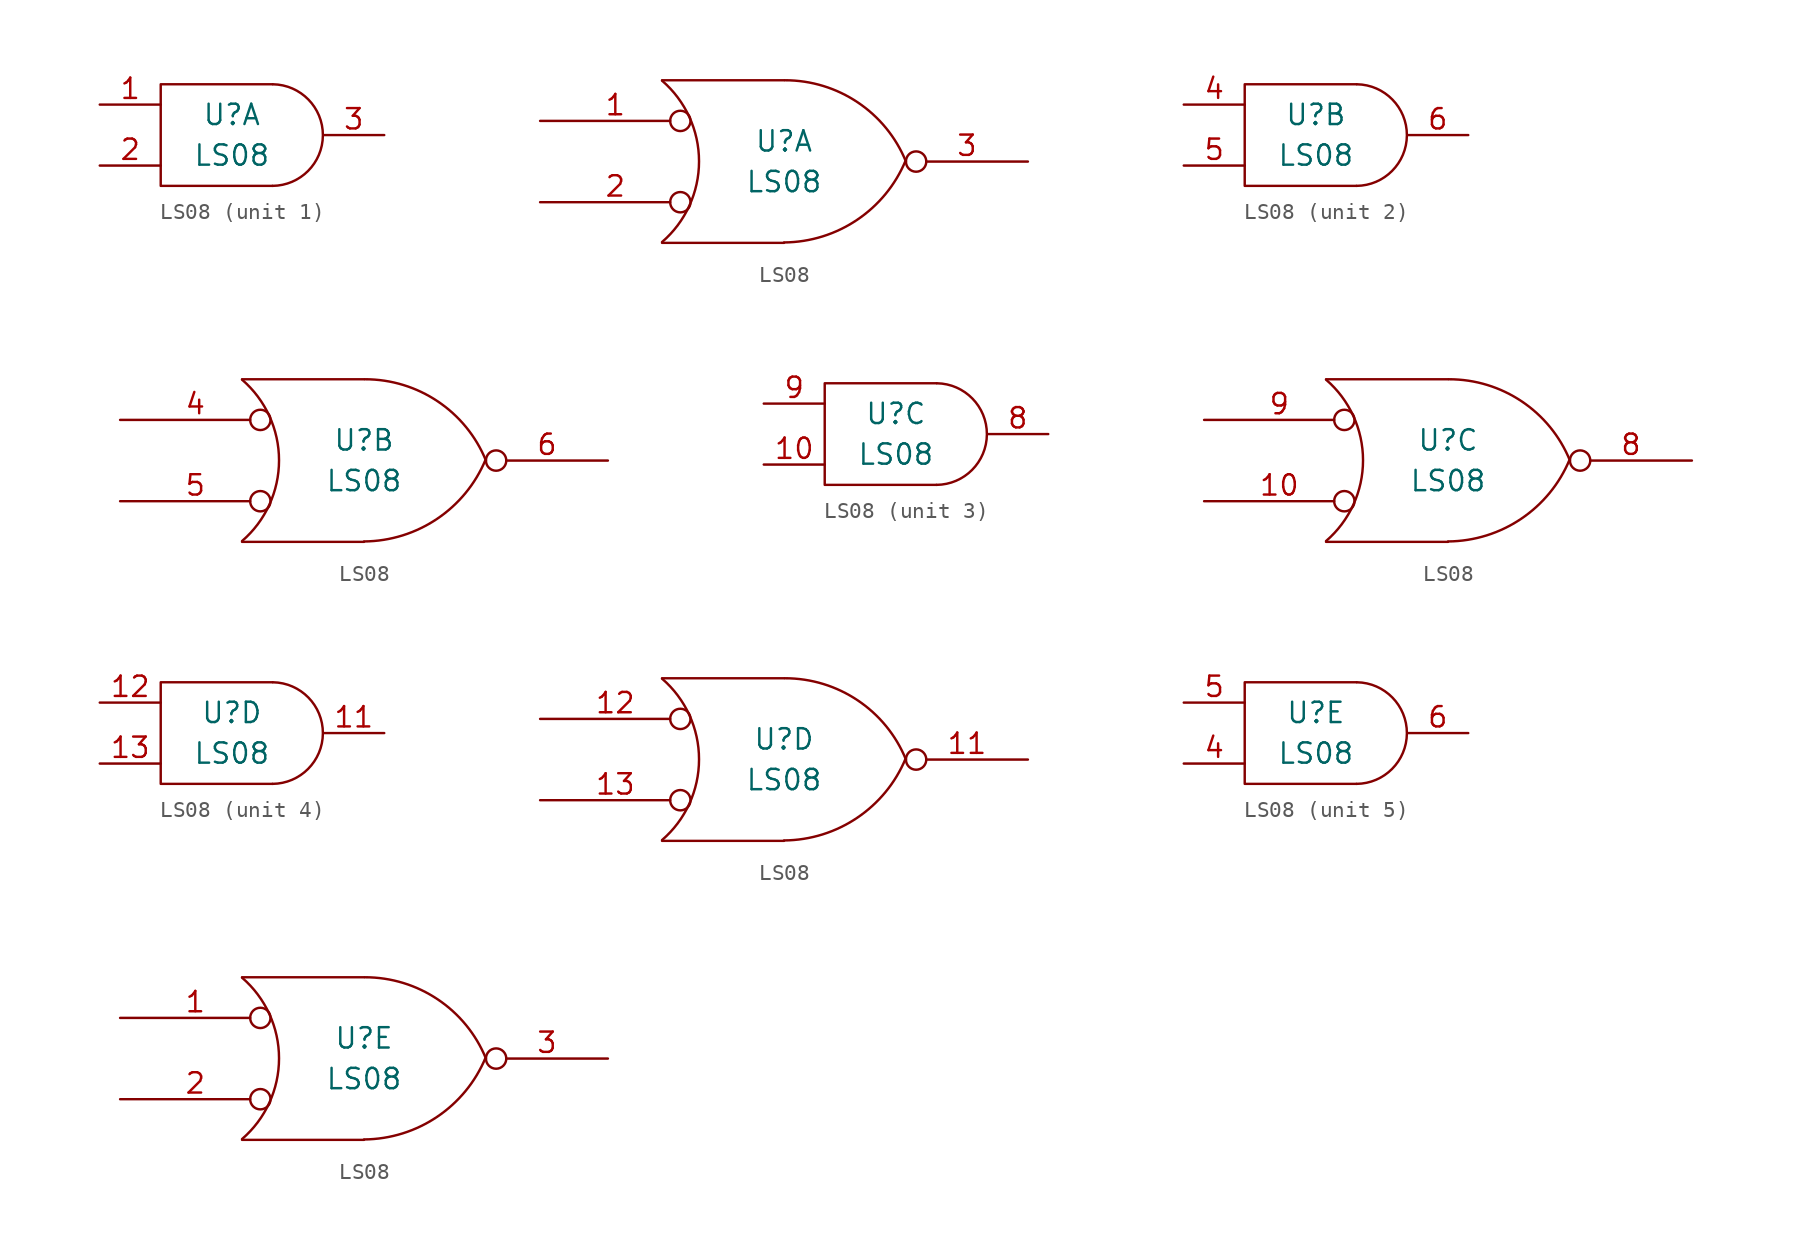
<source format=kicad_sym>
(kicad_symbol_lib
  (version 20211014)
  (generator kicad_symbol_editor)
  (symbol "LS08"
    (pin_names
      (offset 0.762))
    (property "Reference" "U"
      (at 0 1.27 0)
      (effects (font (size 1.27 1.27))))
    (property "Value" "LS08"
      (at 0 -1.27 0)
      (effects (font (size 1.27 1.27))))
    (symbol "LS08_0_1"
      (polyline (pts (xy 2.54 3.175) (xy -4.445 3.175) (xy -4.445 -3.175) (xy 2.54 -3.175)) (stroke (width 0) (type default) (color 0 0 0 0)) (fill (type none)))
      (arc (start 2.54 -3.175) (mid 5.69 -0.0125) (end 2.5654 3.175) (stroke (width 0) (type default) (color 0 0 0 0)) (fill (type none))))
    (symbol "LS08_0_2"
      (arc (start -7.62 -5.0292) (mid -5.3094 0.0127) (end -7.62 5.0546) (stroke (width 0) (type default) (color 0 0 0 0)) (fill (type none)))
      (arc (start 0 -5.0546) (mid 4.5649 -3.6437) (end 7.5946 0.0508) (stroke (width 0) (type default) (color 0 0 0 0)) (fill (type none)))
      (polyline (pts (xy -7.62 -5.08) (xy 0 -5.08)) (stroke (width 0) (type default) (color 0 0 0 0)) (fill (type none)))
      (polyline (pts (xy -7.62 5.08) (xy 0 5.08)) (stroke (width 0) (type default) (color 0 0 0 0)) (fill (type none)))
      (arc (start 7.62 0) (mid 4.6112 3.6959) (end 0.0508 5.08) (stroke (width 0) (type default) (color 0 0 0 0)) (fill (type none))))
    (symbol "LS08_1_1"
      (pin input line (at -8.255 1.905 0) (length 3.81) (name "~" (effects (font (size 1.27 1.27)))) (number "1" (effects (font (size 1.27 1.27)))))
      (pin input line (at -8.255 -1.905 0) (length 3.81) (name "~" (effects (font (size 1.27 1.27)))) (number "2" (effects (font (size 1.27 1.27)))))
      (pin output line (at 9.525 0 180) (length 3.81) (name "~" (effects (font (size 1.27 1.27)))) (number "3" (effects (font (size 1.27 1.27))))))
    (symbol "LS08_1_2"
      (pin input inverted (at -15.24 2.54 0) (length 9.398) (name "~" (effects (font (size 1.27 1.27)))) (number "1" (effects (font (size 1.27 1.27)))))
      (pin input inverted (at -15.24 -2.54 0) (length 9.398) (name "~" (effects (font (size 1.27 1.27)))) (number "2" (effects (font (size 1.27 1.27)))))
      (pin output inverted (at 15.24 0 180) (length 7.62) (name "~" (effects (font (size 1.27 1.27)))) (number "3" (effects (font (size 1.27 1.27))))))
    (symbol "LS08_2_1"
      (pin input line (at -8.255 1.905 0) (length 3.81) (name "~" (effects (font (size 1.27 1.27)))) (number "4" (effects (font (size 1.27 1.27)))))
      (pin input line (at -8.255 -1.905 0) (length 3.81) (name "~" (effects (font (size 1.27 1.27)))) (number "5" (effects (font (size 1.27 1.27)))))
      (pin output line (at 9.525 0 180) (length 3.81) (name "~" (effects (font (size 1.27 1.27)))) (number "6" (effects (font (size 1.27 1.27))))))
    (symbol "LS08_2_2"
      (pin input inverted (at -15.24 2.54 0) (length 9.398) (name "~" (effects (font (size 1.27 1.27)))) (number "4" (effects (font (size 1.27 1.27)))))
      (pin input inverted (at -15.24 -2.54 0) (length 9.398) (name "~" (effects (font (size 1.27 1.27)))) (number "5" (effects (font (size 1.27 1.27)))))
      (pin output inverted (at 15.24 0 180) (length 7.62) (name "~" (effects (font (size 1.27 1.27)))) (number "6" (effects (font (size 1.27 1.27))))))
    (symbol "LS08_3_1"
      (pin input line (at -8.255 -1.905 0) (length 3.81) (name "~" (effects (font (size 1.27 1.27)))) (number "10" (effects (font (size 1.27 1.27)))))
      (pin output line (at 9.525 0 180) (length 3.81) (name "~" (effects (font (size 1.27 1.27)))) (number "8" (effects (font (size 1.27 1.27)))))
      (pin input line (at -8.255 1.905 0) (length 3.81) (name "~" (effects (font (size 1.27 1.27)))) (number "9" (effects (font (size 1.27 1.27))))))
    (symbol "LS08_3_2"
      (pin input inverted (at -15.24 -2.54 0) (length 9.398) (name "~" (effects (font (size 1.27 1.27)))) (number "10" (effects (font (size 1.27 1.27)))))
      (pin output inverted (at 15.24 0 180) (length 7.62) (name "~" (effects (font (size 1.27 1.27)))) (number "8" (effects (font (size 1.27 1.27)))))
      (pin input inverted (at -15.24 2.54 0) (length 9.398) (name "~" (effects (font (size 1.27 1.27)))) (number "9" (effects (font (size 1.27 1.27))))))
    (symbol "LS08_4_1"
      (pin output line (at 9.525 0 180) (length 3.81) (name "~" (effects (font (size 1.27 1.27)))) (number "11" (effects (font (size 1.27 1.27)))))
      (pin input line (at -8.255 1.905 0) (length 3.81) (name "~" (effects (font (size 1.27 1.27)))) (number "12" (effects (font (size 1.27 1.27)))))
      (pin input line (at -8.255 -1.905 0) (length 3.81) (name "~" (effects (font (size 1.27 1.27)))) (number "13" (effects (font (size 1.27 1.27))))))
    (symbol "LS08_4_2"
      (pin output inverted (at 15.24 0 180) (length 7.62) (name "~" (effects (font (size 1.27 1.27)))) (number "11" (effects (font (size 1.27 1.27)))))
      (pin input inverted (at -15.24 2.54 0) (length 9.398) (name "~" (effects (font (size 1.27 1.27)))) (number "12" (effects (font (size 1.27 1.27)))))
      (pin input inverted (at -15.24 -2.54 0) (length 9.398) (name "~" (effects (font (size 1.27 1.27)))) (number "13" (effects (font (size 1.27 1.27))))))
    (symbol "LS08_5_1"
      (pin input line (at -8.255 -1.905 0) (length 3.81) (name "~" (effects (font (size 1.27 1.27)))) (number "4" (effects (font (size 1.27 1.27)))))
      (pin input line (at -8.255 1.905 0) (length 3.81) (name "~" (effects (font (size 1.27 1.27)))) (number "5" (effects (font (size 1.27 1.27)))))
      (pin output line (at 9.525 0 180) (length 3.81) (name "~" (effects (font (size 1.27 1.27)))) (number "6" (effects (font (size 1.27 1.27))))))
    (symbol "LS08_5_2"
      (pin input inverted (at -15.24 2.54 0) (length 9.398) (name "~" (effects (font (size 1.27 1.27)))) (number "1" (effects (font (size 1.27 1.27)))))
      (pin input inverted (at -15.24 -2.54 0) (length 9.398) (name "~" (effects (font (size 1.27 1.27)))) (number "2" (effects (font (size 1.27 1.27)))))
      (pin output inverted (at 15.24 0 180) (length 7.62) (name "~" (effects (font (size 1.27 1.27)))) (number "3" (effects (font (size 1.27 1.27))))))))
</source>
